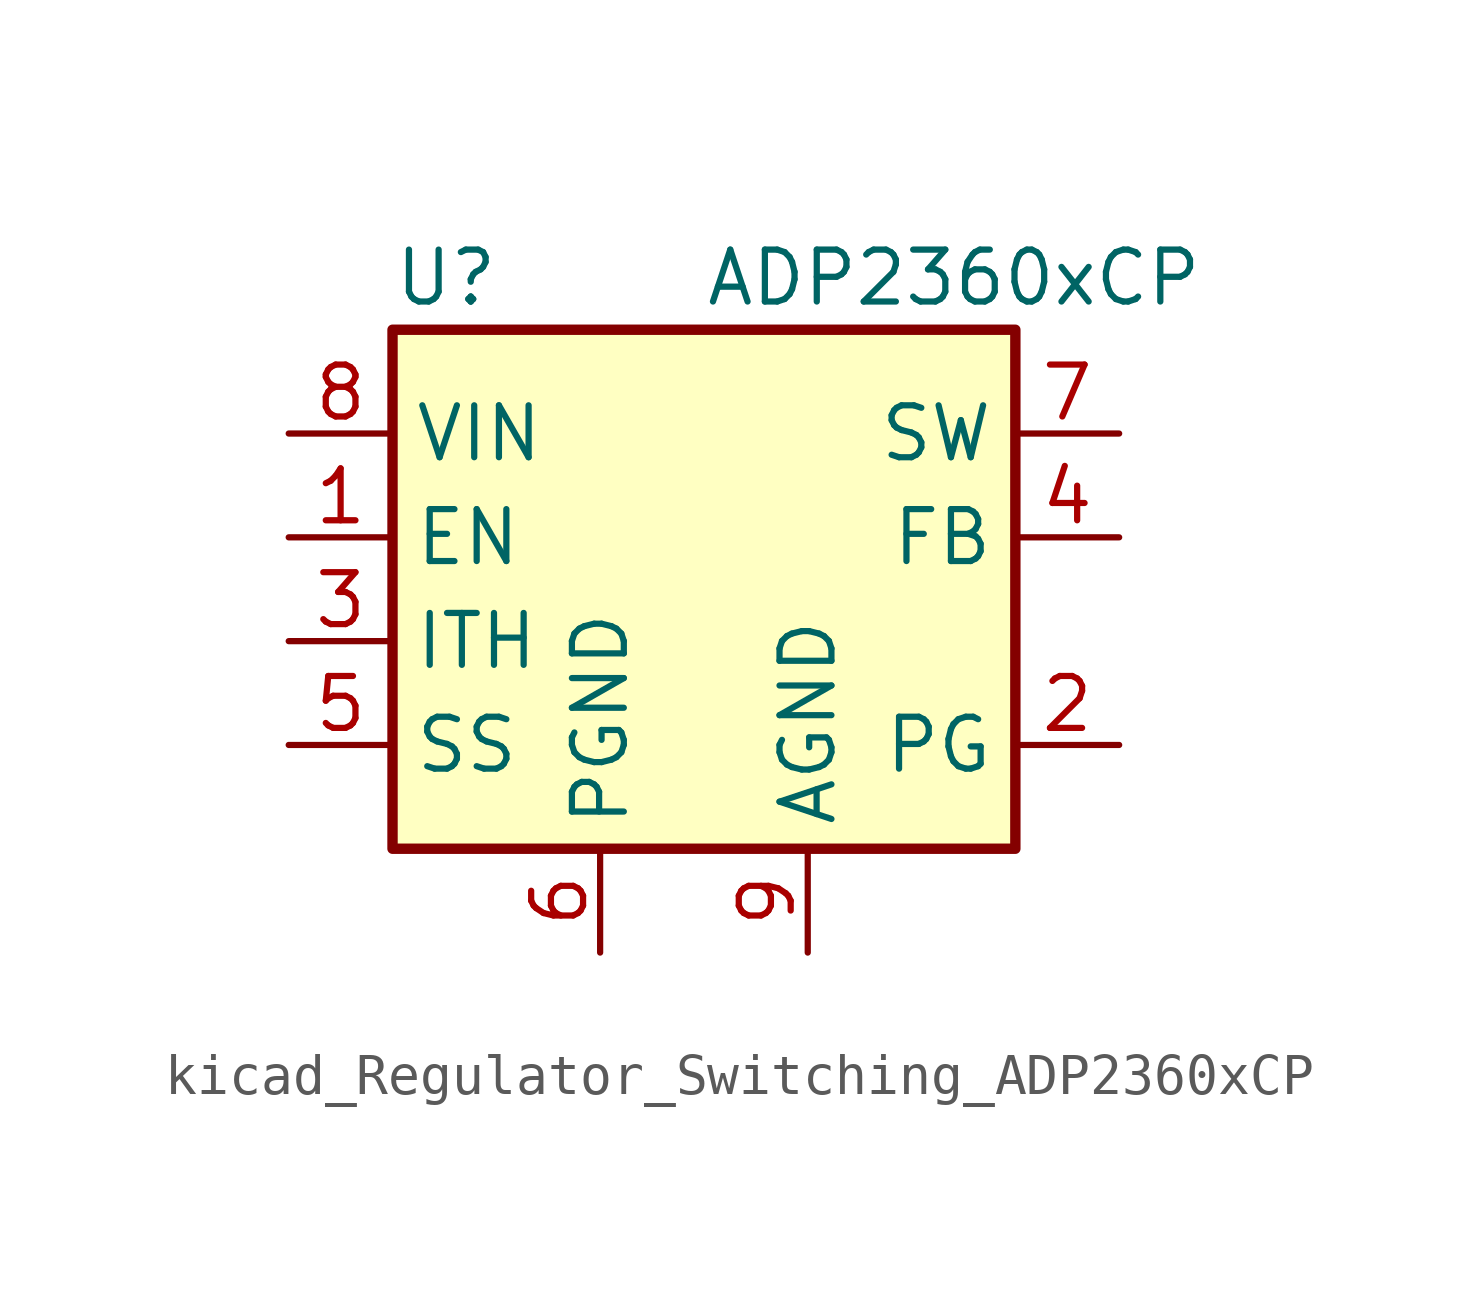
<source format=kicad_sym>
(kicad_symbol_lib
  (version 20220914)
  (generator kicad_symbol_editor)
  (symbol "kicad_Regulator_Switching_ADP2360xCP"
    (property "Reference" "U"
      (at -7.62 6.35 0)
      (effects (font (size 1.27 1.27)) (justify left)))
    (property "Value" "ADP2360xCP"
      (at 0 6.35 0)
      (effects (font (size 1.27 1.27)) (justify left)))
    (symbol "kicad_Regulator_Switching_ADP2360xCP_0_1"
      (rectangle (start -7.62 5.08) (end 7.62 -7.62) (stroke (width 0.254) (type default)) (fill (type background))))
    (symbol "kicad_Regulator_Switching_ADP2360xCP_1_1"
      (pin input line (at -10.16 0 0) (length 2.54) (name "EN" (effects (font (size 1.27 1.27)))) (number "1" (effects (font (size 1.27 1.27)))))
      (pin open_collector line (at 10.16 -5.08 180) (length 2.54) (name "PG" (effects (font (size 1.27 1.27)))) (number "2" (effects (font (size 1.27 1.27)))))
      (pin passive line (at -10.16 -2.54 0) (length 2.54) (name "ITH" (effects (font (size 1.27 1.27)))) (number "3" (effects (font (size 1.27 1.27)))))
      (pin input line (at 10.16 0 180) (length 2.54) (name "FB" (effects (font (size 1.27 1.27)))) (number "4" (effects (font (size 1.27 1.27)))))
      (pin passive line (at -10.16 -5.08 0) (length 2.54) (name "SS" (effects (font (size 1.27 1.27)))) (number "5" (effects (font (size 1.27 1.27)))))
      (pin power_in line (at -2.54 -10.16 90) (length 2.54) (name "PGND" (effects (font (size 1.27 1.27)))) (number "6" (effects (font (size 1.27 1.27)))))
      (pin power_out line (at 10.16 2.54 180) (length 2.54) (name "SW" (effects (font (size 1.27 1.27)))) (number "7" (effects (font (size 1.27 1.27)))))
      (pin power_in line (at -10.16 2.54 0) (length 2.54) (name "VIN" (effects (font (size 1.27 1.27)))) (number "8" (effects (font (size 1.27 1.27)))))
      (pin power_in line (at 2.54 -10.16 90) (length 2.54) (name "AGND" (effects (font (size 1.27 1.27)))) (number "9" (effects (font (size 1.27 1.27))))))))
</source>
